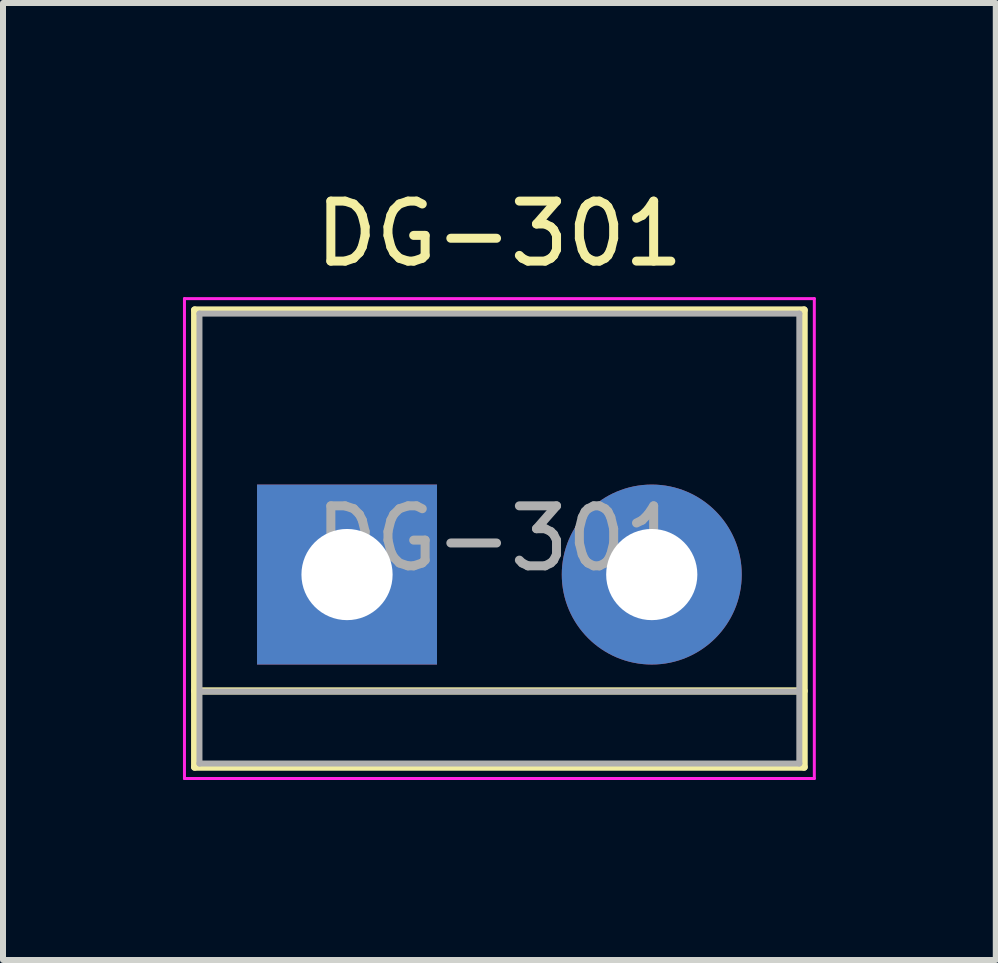
<source format=kicad_pcb>
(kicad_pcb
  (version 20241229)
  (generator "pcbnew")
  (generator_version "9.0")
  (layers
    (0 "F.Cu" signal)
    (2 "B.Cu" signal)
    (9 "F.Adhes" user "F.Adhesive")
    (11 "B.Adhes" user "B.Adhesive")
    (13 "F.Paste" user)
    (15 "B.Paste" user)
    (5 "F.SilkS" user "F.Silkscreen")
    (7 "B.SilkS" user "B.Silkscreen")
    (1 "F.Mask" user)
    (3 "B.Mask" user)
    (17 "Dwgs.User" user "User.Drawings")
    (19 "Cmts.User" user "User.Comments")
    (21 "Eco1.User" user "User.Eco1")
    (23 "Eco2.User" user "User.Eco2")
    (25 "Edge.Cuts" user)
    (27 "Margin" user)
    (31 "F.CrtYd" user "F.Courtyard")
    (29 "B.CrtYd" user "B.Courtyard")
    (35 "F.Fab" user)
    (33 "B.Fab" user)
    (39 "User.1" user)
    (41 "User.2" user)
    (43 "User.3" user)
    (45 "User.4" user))
  (footprint "DG-301"
    (layer "F.Cu")
    (at 2.735 5.928)
    (property "Reference" "DG-301" (at 2.54 -5.08 0) (layer "F.SilkS") (effects (font (size 1 1) (thickness 0.15))))
    (attr through_hole)
    (fp_line (start -2.54 -3.81) (end -2.54 3.81) (stroke (width 0.12) (type solid)) (layer "F.SilkS"))
    (fp_line (start -2.54 3.81) (end 7.62 3.81) (stroke (width 0.12) (type solid)) (layer "F.SilkS"))
    (fp_line (start 7.62 -3.81) (end -2.54 -3.81) (stroke (width 0.12) (type solid)) (layer "F.SilkS"))
    (fp_line (start 7.62 2.54) (end -2.54 2.54) (stroke (width 0.12) (type solid)) (layer "F.SilkS"))
    (fp_line (start 7.62 3.81) (end 7.62 -3.81) (stroke (width 0.12) (type solid)) (layer "F.SilkS"))
    (fp_line (start -2.71 -4) (end -2.71 4) (stroke (width 0.05) (type solid)) (layer "F.CrtYd"))
    (fp_line (start -2.71 -4) (end 7.79 -4) (stroke (width 0.05) (type solid)) (layer "F.CrtYd"))
    (fp_line (start 7.79 4) (end -2.71 4) (stroke (width 0.05) (type solid)) (layer "F.CrtYd"))
    (fp_line (start 7.79 4) (end 7.79 -4) (stroke (width 0.05) (type solid)) (layer "F.CrtYd"))
    (fp_line (start -2.46 -3.75) (end -2.46 3.75) (stroke (width 0.1) (type solid)) (layer "F.Fab"))
    (fp_line (start -2.46 3.75) (end 7.54 3.75) (stroke (width 0.1) (type solid)) (layer "F.Fab"))
    (fp_line (start -2.41 2.55) (end 7.49 2.55) (stroke (width 0.1) (type solid)) (layer "F.Fab"))
    (fp_line (start 7.54 -3.75) (end -2.46 -3.75) (stroke (width 0.1) (type solid)) (layer "F.Fab"))
    (fp_line (start 7.54 3.75) (end 7.54 -3.75) (stroke (width 0.1) (type solid)) (layer "F.Fab"))
    (fp_text user "${REFERENCE}" (at 2.54 0 0) (layer "F.Fab") (effects (font (size 1 1) (thickness 0.15))))
    (pad "1" thru_hole rect (at 0 0.6) (size 3 3) (drill 1.52) (layers "*.Cu" "*.Mask"))
    (pad "2" thru_hole circle (at 5.08 0.6) (size 3 3) (drill 1.52) (layers "*.Cu" "*.Mask")))
  (gr_rect
    (start -3 -3)
    (end 13.55 12.953)
    (stroke (width 0.1) (type default))
    (fill no)
    (layer "Edge.Cuts")))
</source>
